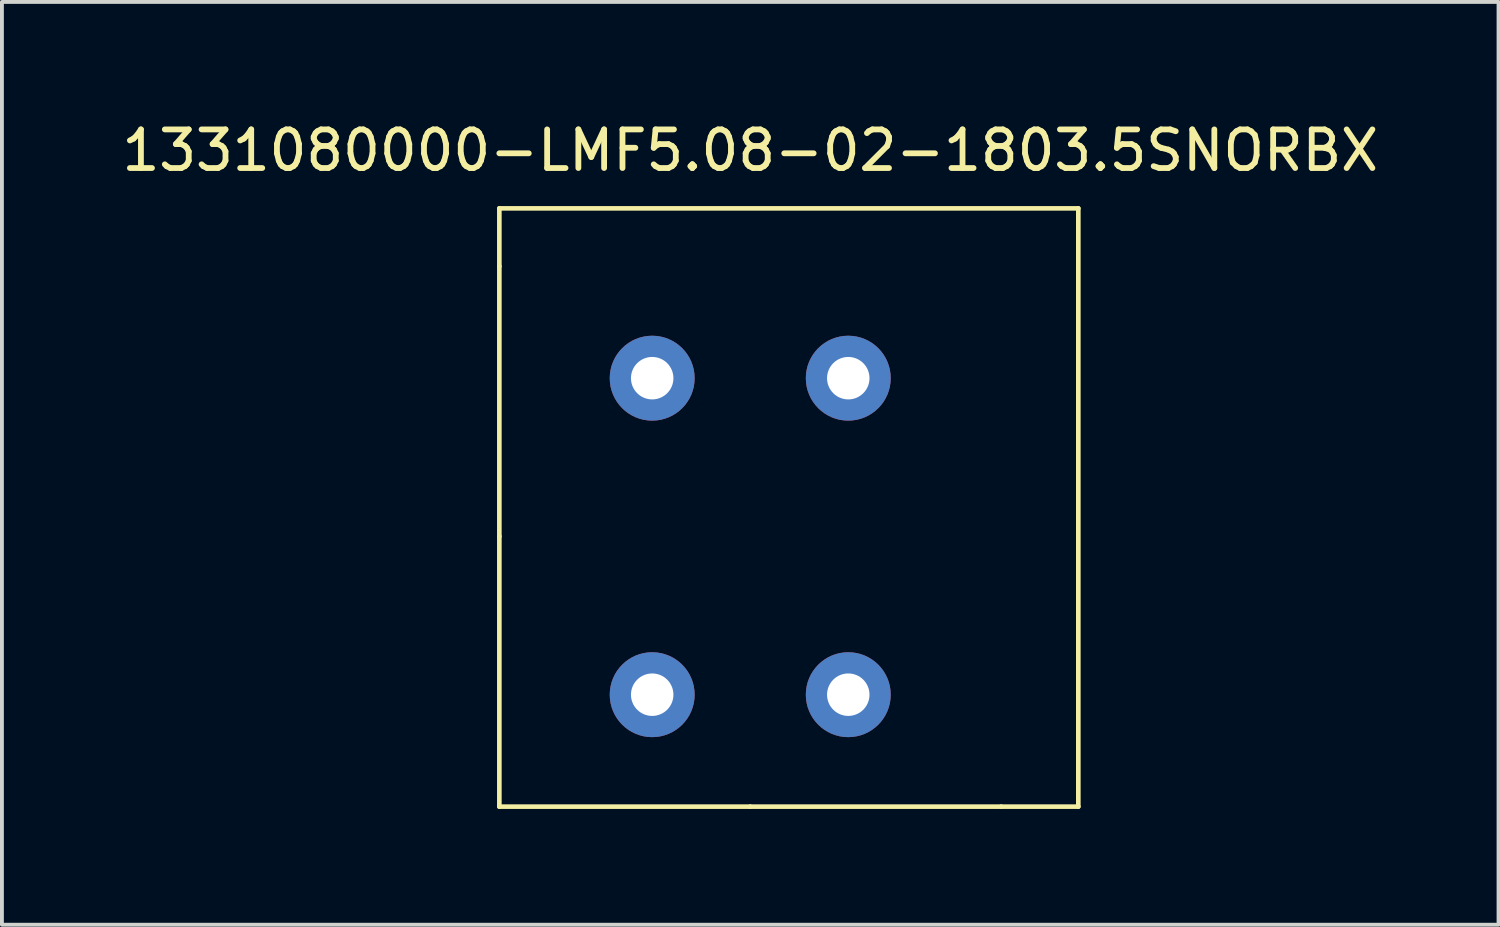
<source format=kicad_pcb>
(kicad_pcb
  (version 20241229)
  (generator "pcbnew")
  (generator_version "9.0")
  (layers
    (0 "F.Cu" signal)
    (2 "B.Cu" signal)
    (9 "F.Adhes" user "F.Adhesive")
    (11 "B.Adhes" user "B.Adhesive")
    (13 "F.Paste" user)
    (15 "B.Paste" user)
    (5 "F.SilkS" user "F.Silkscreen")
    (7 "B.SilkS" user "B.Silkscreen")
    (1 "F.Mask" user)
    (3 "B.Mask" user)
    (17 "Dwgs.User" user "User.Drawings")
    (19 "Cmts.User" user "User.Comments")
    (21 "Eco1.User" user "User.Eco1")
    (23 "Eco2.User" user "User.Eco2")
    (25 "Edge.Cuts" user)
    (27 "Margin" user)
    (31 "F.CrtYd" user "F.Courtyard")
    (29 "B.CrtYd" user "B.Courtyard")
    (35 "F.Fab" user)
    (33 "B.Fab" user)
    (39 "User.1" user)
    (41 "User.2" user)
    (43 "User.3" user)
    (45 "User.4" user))
  (footprint "1331080000-LMF5.08-02-1803.5SNORBX"
    (layer "F.Cu")
    (at 16.387 10.848)
    (property "Reference" "1331080000-LMF5.08-02-1803.5SNORBX" (at 0 -10 0) (layer "F.SilkS") (effects (font (size 1 1) (thickness 0.15))))
    (attr through_hole)
    (fp_line (start -6.5 -8.5) (end 8.5 -8.5) (stroke (width 0.12) (type solid)) (layer "F.SilkS"))
    (fp_line (start -6.5 -7) (end -6.5 -8.5) (stroke (width 0.12) (type solid)) (layer "F.SilkS"))
    (fp_line (start -6.5 -7) (end -6.5 0) (stroke (width 0.12) (type solid)) (layer "F.SilkS"))
    (fp_line (start -6.5 7) (end -6.5 0) (stroke (width 0.12) (type solid)) (layer "F.SilkS"))
    (fp_line (start -6.5 7) (end 0 7) (stroke (width 0.12) (type solid)) (layer "F.SilkS"))
    (fp_line (start 0 7) (end 6.5 7) (stroke (width 0.12) (type solid)) (layer "F.SilkS"))
    (fp_line (start 6.5 7) (end 8.5 7) (stroke (width 0.12) (type solid)) (layer "F.SilkS"))
    (fp_line (start 8.5 7) (end 8.5 -8.5) (stroke (width 0.12) (type solid)) (layer "F.SilkS"))
    (pad "1" thru_hole circle (at -2.54 -4.1) (size 2.2 2.2) (drill 1.1) (layers "*.Cu" "*.Mask"))
    (pad "1" thru_hole circle (at -2.54 4.1) (size 2.2 2.2) (drill 1.1) (layers "*.Cu" "*.Mask"))
    (pad "2" thru_hole circle (at 2.54 -4.1) (size 2.2 2.2) (drill 1.1) (layers "*.Cu" "*.Mask"))
    (pad "2" thru_hole circle (at 2.54 4.1) (size 2.2 2.2) (drill 1.1) (layers "*.Cu" "*.Mask")))
  (gr_rect
    (start -3 -3)
    (end 35.774 20.908)
    (stroke (width 0.1) (type default))
    (fill no)
    (layer "Edge.Cuts")))
</source>
